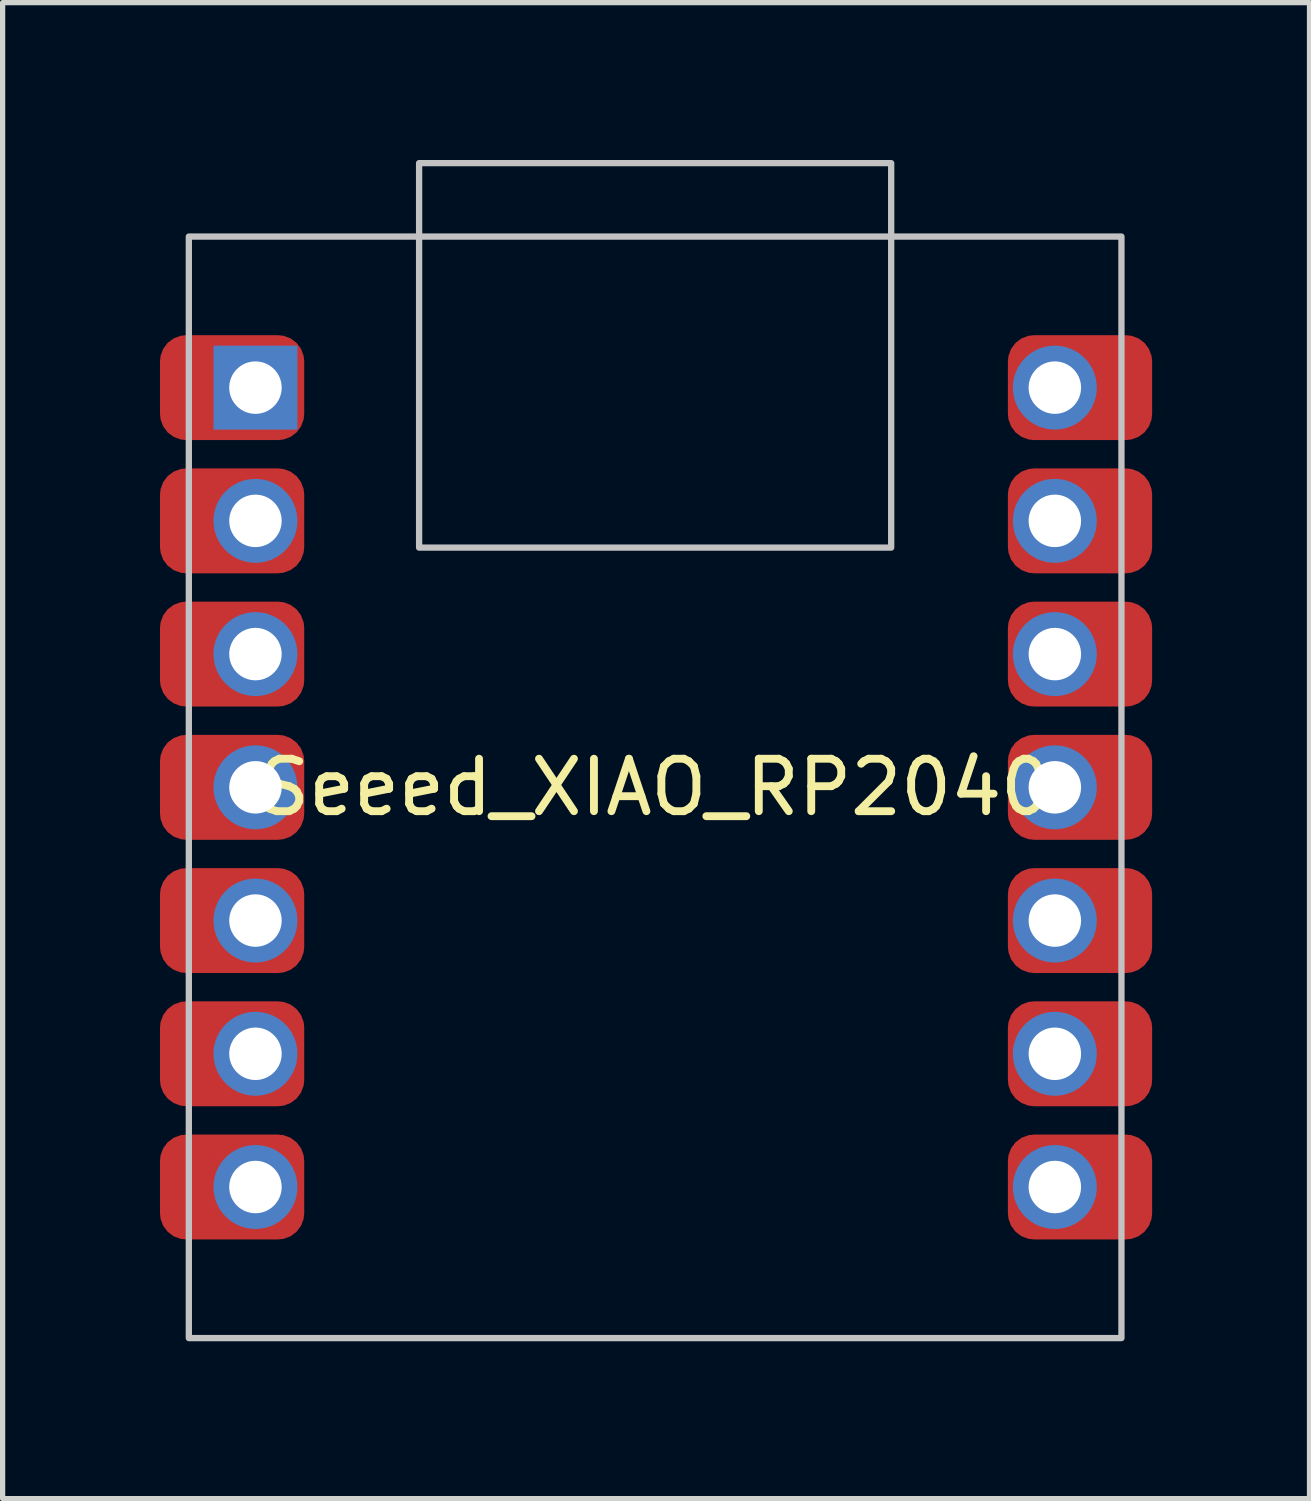
<source format=kicad_pcb>
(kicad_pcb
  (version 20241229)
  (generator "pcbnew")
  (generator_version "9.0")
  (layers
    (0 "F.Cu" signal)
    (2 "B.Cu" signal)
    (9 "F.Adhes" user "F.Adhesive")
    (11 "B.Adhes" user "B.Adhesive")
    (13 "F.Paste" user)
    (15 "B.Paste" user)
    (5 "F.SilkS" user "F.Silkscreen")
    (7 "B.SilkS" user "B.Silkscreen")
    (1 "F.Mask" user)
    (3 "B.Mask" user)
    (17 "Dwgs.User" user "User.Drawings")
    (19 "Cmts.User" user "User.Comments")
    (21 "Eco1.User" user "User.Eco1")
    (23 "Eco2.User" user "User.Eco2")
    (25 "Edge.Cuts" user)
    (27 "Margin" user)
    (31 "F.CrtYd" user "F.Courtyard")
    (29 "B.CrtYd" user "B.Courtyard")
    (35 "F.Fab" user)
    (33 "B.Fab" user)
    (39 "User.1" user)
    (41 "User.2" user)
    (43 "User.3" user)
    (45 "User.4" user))
  (footprint "Seeed_XIAO_RP2040"
    (layer "F.Cu")
    (at 9.44 11.96)
    (property "Reference" "Seeed_XIAO_RP2040" (at 0 0 0) (unlocked yes) (layer "F.SilkS") (effects (font (size 1 1) (thickness 0.15))))
    (attr through_hole)
    (fp_rect (start -8.89 -10.5) (end 8.89 10.5) (stroke (width 0.12) (type solid)) (fill no) (layer "Dwgs.User"))
    (fp_rect (start -4.5 -11.9) (end 4.5 -4.57) (stroke (width 0.12) (type solid)) (fill no) (layer "Dwgs.User"))
    (pad "1" smd roundrect (at -8.065 -7.62) (size 2.75 2) (layers "F.Cu" "F.Mask" "F.Paste") (roundrect_rratio 0.25))
    (pad "1" thru_hole rect (at -7.62 -7.62 90) (size 1.6 1.6) (drill 1) (layers "*.Cu" "*.Mask"))
    (pad "2" smd roundrect (at -8.065 -5.08) (size 2.75 2) (layers "F.Cu" "F.Mask" "F.Paste") (roundrect_rratio 0.25))
    (pad "2" thru_hole circle (at -7.62 -5.08 90) (size 1.6 1.6) (drill 1) (layers "*.Cu" "*.Mask"))
    (pad "3" smd roundrect (at -8.065 -2.54) (size 2.75 2) (layers "F.Cu" "F.Mask" "F.Paste") (roundrect_rratio 0.25))
    (pad "3" thru_hole circle (at -7.62 -2.54 90) (size 1.6 1.6) (drill 1) (layers "*.Cu" "*.Mask"))
    (pad "4" smd roundrect (at -8.065 0) (size 2.75 2) (layers "F.Cu" "F.Mask" "F.Paste") (roundrect_rratio 0.25))
    (pad "4" thru_hole circle (at -7.62 0 90) (size 1.6 1.6) (drill 1) (layers "*.Cu" "*.Mask"))
    (pad "5" smd roundrect (at -8.065 2.54) (size 2.75 2) (layers "F.Cu" "F.Mask" "F.Paste") (roundrect_rratio 0.25))
    (pad "5" thru_hole circle (at -7.62 2.54 90) (size 1.6 1.6) (drill 1) (layers "*.Cu" "*.Mask"))
    (pad "6" smd roundrect (at -8.065 5.08) (size 2.75 2) (layers "F.Cu" "F.Mask" "F.Paste") (roundrect_rratio 0.25))
    (pad "6" thru_hole circle (at -7.62 5.08 90) (size 1.6 1.6) (drill 1) (layers "*.Cu" "*.Mask"))
    (pad "7" smd roundrect (at -8.065 7.62) (size 2.75 2) (layers "F.Cu" "F.Mask" "F.Paste") (roundrect_rratio 0.25))
    (pad "7" thru_hole circle (at -7.62 7.62 90) (size 1.6 1.6) (drill 1) (layers "*.Cu" "*.Mask"))
    (pad "8" thru_hole circle (at 7.62 7.62 90) (size 1.6 1.6) (drill 1) (layers "*.Cu" "*.Mask"))
    (pad "8" smd roundrect (at 8.1 7.62) (size 2.75 2) (layers "F.Cu" "F.Mask" "F.Paste") (roundrect_rratio 0.25))
    (pad "9" thru_hole circle (at 7.62 5.08 90) (size 1.6 1.6) (drill 1) (layers "*.Cu" "*.Mask"))
    (pad "9" smd roundrect (at 8.1 5.08) (size 2.75 2) (layers "F.Cu" "F.Mask" "F.Paste") (roundrect_rratio 0.25))
    (pad "10" thru_hole circle (at 7.62 2.54 90) (size 1.6 1.6) (drill 1) (layers "*.Cu" "*.Mask"))
    (pad "10" smd roundrect (at 8.1 2.54) (size 2.75 2) (layers "F.Cu" "F.Mask" "F.Paste") (roundrect_rratio 0.25))
    (pad "11" thru_hole circle (at 7.62 0 90) (size 1.6 1.6) (drill 1) (layers "*.Cu" "*.Mask"))
    (pad "11" smd roundrect (at 8.1 0) (size 2.75 2) (layers "F.Cu" "F.Mask" "F.Paste") (roundrect_rratio 0.25))
    (pad "12" thru_hole circle (at 7.62 -2.54 90) (size 1.6 1.6) (drill 1) (layers "*.Cu" "*.Mask"))
    (pad "12" smd roundrect (at 8.1 -2.54) (size 2.75 2) (layers "F.Cu" "F.Mask" "F.Paste") (roundrect_rratio 0.25))
    (pad "13" thru_hole circle (at 7.62 -5.08 90) (size 1.6 1.6) (drill 1) (layers "*.Cu" "*.Mask"))
    (pad "13" smd roundrect (at 8.1 -5.08) (size 2.75 2) (layers "F.Cu" "F.Mask" "F.Paste") (roundrect_rratio 0.25))
    (pad "14" thru_hole circle (at 7.62 -7.62 90) (size 1.6 1.6) (drill 1) (layers "*.Cu" "*.Mask"))
    (pad "14" smd roundrect (at 8.1 -7.62) (size 2.75 2) (layers "F.Cu" "F.Mask" "F.Paste") (roundrect_rratio 0.25)))
  (gr_rect
    (start -3 -3)
    (end 21.915 25.52)
    (stroke (width 0.1) (type default))
    (fill no)
    (layer "Edge.Cuts")))
</source>
